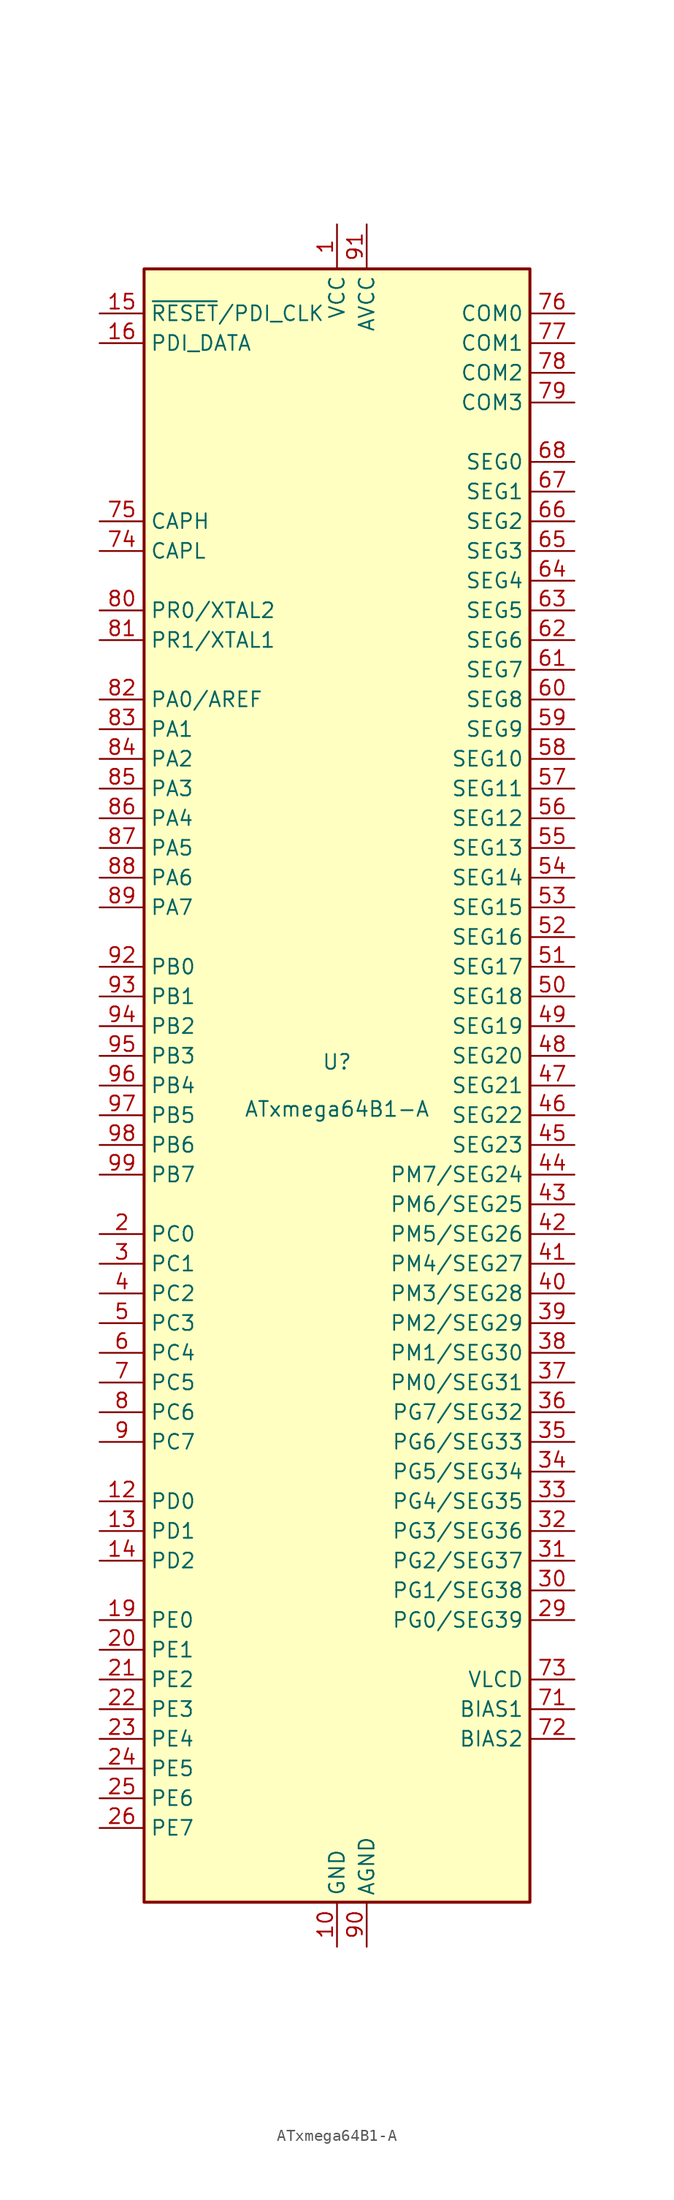
<source format=kicad_sym>
(kicad_symbol_lib
  (version 20201005)
  (generator kicad_symbol_editor)
  (symbol "MCU_Microchip_ATmega:ATxmega64B1-A"
    (property "Reference" "U"
      (at 0 1.27 0)
      (effects (font (size 1.27 1.27)) (justify bottom)))
    (property "Value" "ATxmega64B1-A"
      (at 0 -1.27 0)
      (effects (font (size 1.27 1.27)) (justify top)))
    (symbol "ATxmega64B1-A_0_1"
      (rectangle (start -16.51 -69.85) (end 16.51 69.85) (stroke (width 0.254)) (fill (type background))))
    (symbol "ATxmega64B1-A_1_1"
      (pin power_in line (at 0 73.66 270) (length 3.81) (name "VCC" (effects (font (size 1.27 1.27)))) (number "1" (effects (font (size 1.27 1.27)))))
      (pin power_in line (at 0 -73.66 90) (length 3.81) (name "GND" (effects (font (size 1.27 1.27)))) (number "10" (effects (font (size 1.27 1.27)))))
      (pin passive line (at 0 -73.66 90) (length 3.81) hide (name "GND" (effects (font (size 1.27 1.27)))) (number "100" (effects (font (size 1.27 1.27)))))
      (pin passive line (at 0 73.66 270) (length 3.81) hide (name "VCC" (effects (font (size 1.27 1.27)))) (number "11" (effects (font (size 1.27 1.27)))))
      (pin bidirectional line (at -20.32 -35.56 0) (length 3.81) (name "PD0" (effects (font (size 1.27 1.27)))) (number "12" (effects (font (size 1.27 1.27)))))
      (pin bidirectional line (at -20.32 -38.1 0) (length 3.81) (name "PD1" (effects (font (size 1.27 1.27)))) (number "13" (effects (font (size 1.27 1.27)))))
      (pin bidirectional line (at -20.32 -40.64 0) (length 3.81) (name "PD2" (effects (font (size 1.27 1.27)))) (number "14" (effects (font (size 1.27 1.27)))))
      (pin input line (at -20.32 66.04 0) (length 3.81) (name "~RESET~/PDI_CLK" (effects (font (size 1.27 1.27)))) (number "15" (effects (font (size 1.27 1.27)))))
      (pin bidirectional line (at -20.32 63.5 0) (length 3.81) (name "PDI_DATA" (effects (font (size 1.27 1.27)))) (number "16" (effects (font (size 1.27 1.27)))))
      (pin passive line (at 0 -73.66 90) (length 3.81) hide (name "GND" (effects (font (size 1.27 1.27)))) (number "17" (effects (font (size 1.27 1.27)))))
      (pin passive line (at 0 73.66 270) (length 3.81) hide (name "VCC" (effects (font (size 1.27 1.27)))) (number "18" (effects (font (size 1.27 1.27)))))
      (pin bidirectional line (at -20.32 -45.72 0) (length 3.81) (name "PE0" (effects (font (size 1.27 1.27)))) (number "19" (effects (font (size 1.27 1.27)))))
      (pin bidirectional line (at -20.32 -12.7 0) (length 3.81) (name "PC0" (effects (font (size 1.27 1.27)))) (number "2" (effects (font (size 1.27 1.27)))))
      (pin bidirectional line (at -20.32 -48.26 0) (length 3.81) (name "PE1" (effects (font (size 1.27 1.27)))) (number "20" (effects (font (size 1.27 1.27)))))
      (pin bidirectional line (at -20.32 -50.8 0) (length 3.81) (name "PE2" (effects (font (size 1.27 1.27)))) (number "21" (effects (font (size 1.27 1.27)))))
      (pin bidirectional line (at -20.32 -53.34 0) (length 3.81) (name "PE3" (effects (font (size 1.27 1.27)))) (number "22" (effects (font (size 1.27 1.27)))))
      (pin bidirectional line (at -20.32 -55.88 0) (length 3.81) (name "PE4" (effects (font (size 1.27 1.27)))) (number "23" (effects (font (size 1.27 1.27)))))
      (pin bidirectional line (at -20.32 -58.42 0) (length 3.81) (name "PE5" (effects (font (size 1.27 1.27)))) (number "24" (effects (font (size 1.27 1.27)))))
      (pin bidirectional line (at -20.32 -60.96 0) (length 3.81) (name "PE6" (effects (font (size 1.27 1.27)))) (number "25" (effects (font (size 1.27 1.27)))))
      (pin bidirectional line (at -20.32 -63.5 0) (length 3.81) (name "PE7" (effects (font (size 1.27 1.27)))) (number "26" (effects (font (size 1.27 1.27)))))
      (pin passive line (at 0 -73.66 90) (length 3.81) hide (name "GND" (effects (font (size 1.27 1.27)))) (number "27" (effects (font (size 1.27 1.27)))))
      (pin passive line (at 0 73.66 270) (length 3.81) hide (name "VCC" (effects (font (size 1.27 1.27)))) (number "28" (effects (font (size 1.27 1.27)))))
      (pin bidirectional line (at 20.32 -45.72 180) (length 3.81) (name "PG0/SEG39" (effects (font (size 1.27 1.27)))) (number "29" (effects (font (size 1.27 1.27)))))
      (pin bidirectional line (at -20.32 -15.24 0) (length 3.81) (name "PC1" (effects (font (size 1.27 1.27)))) (number "3" (effects (font (size 1.27 1.27)))))
      (pin bidirectional line (at 20.32 -43.18 180) (length 3.81) (name "PG1/SEG38" (effects (font (size 1.27 1.27)))) (number "30" (effects (font (size 1.27 1.27)))))
      (pin bidirectional line (at 20.32 -40.64 180) (length 3.81) (name "PG2/SEG37" (effects (font (size 1.27 1.27)))) (number "31" (effects (font (size 1.27 1.27)))))
      (pin bidirectional line (at 20.32 -38.1 180) (length 3.81) (name "PG3/SEG36" (effects (font (size 1.27 1.27)))) (number "32" (effects (font (size 1.27 1.27)))))
      (pin bidirectional line (at 20.32 -35.56 180) (length 3.81) (name "PG4/SEG35" (effects (font (size 1.27 1.27)))) (number "33" (effects (font (size 1.27 1.27)))))
      (pin bidirectional line (at 20.32 -33.02 180) (length 3.81) (name "PG5/SEG34" (effects (font (size 1.27 1.27)))) (number "34" (effects (font (size 1.27 1.27)))))
      (pin bidirectional line (at 20.32 -30.48 180) (length 3.81) (name "PG6/SEG33" (effects (font (size 1.27 1.27)))) (number "35" (effects (font (size 1.27 1.27)))))
      (pin bidirectional line (at 20.32 -27.94 180) (length 3.81) (name "PG7/SEG32" (effects (font (size 1.27 1.27)))) (number "36" (effects (font (size 1.27 1.27)))))
      (pin bidirectional line (at 20.32 -25.4 180) (length 3.81) (name "PM0/SEG31" (effects (font (size 1.27 1.27)))) (number "37" (effects (font (size 1.27 1.27)))))
      (pin bidirectional line (at 20.32 -22.86 180) (length 3.81) (name "PM1/SEG30" (effects (font (size 1.27 1.27)))) (number "38" (effects (font (size 1.27 1.27)))))
      (pin bidirectional line (at 20.32 -20.32 180) (length 3.81) (name "PM2/SEG29" (effects (font (size 1.27 1.27)))) (number "39" (effects (font (size 1.27 1.27)))))
      (pin bidirectional line (at -20.32 -17.78 0) (length 3.81) (name "PC2" (effects (font (size 1.27 1.27)))) (number "4" (effects (font (size 1.27 1.27)))))
      (pin bidirectional line (at 20.32 -17.78 180) (length 3.81) (name "PM3/SEG28" (effects (font (size 1.27 1.27)))) (number "40" (effects (font (size 1.27 1.27)))))
      (pin bidirectional line (at 20.32 -15.24 180) (length 3.81) (name "PM4/SEG27" (effects (font (size 1.27 1.27)))) (number "41" (effects (font (size 1.27 1.27)))))
      (pin bidirectional line (at 20.32 -12.7 180) (length 3.81) (name "PM5/SEG26" (effects (font (size 1.27 1.27)))) (number "42" (effects (font (size 1.27 1.27)))))
      (pin bidirectional line (at 20.32 -10.16 180) (length 3.81) (name "PM6/SEG25" (effects (font (size 1.27 1.27)))) (number "43" (effects (font (size 1.27 1.27)))))
      (pin bidirectional line (at 20.32 -7.62 180) (length 3.81) (name "PM7/SEG24" (effects (font (size 1.27 1.27)))) (number "44" (effects (font (size 1.27 1.27)))))
      (pin output line (at 20.32 -5.08 180) (length 3.81) (name "SEG23" (effects (font (size 1.27 1.27)))) (number "45" (effects (font (size 1.27 1.27)))))
      (pin output line (at 20.32 -2.54 180) (length 3.81) (name "SEG22" (effects (font (size 1.27 1.27)))) (number "46" (effects (font (size 1.27 1.27)))))
      (pin output line (at 20.32 0 180) (length 3.81) (name "SEG21" (effects (font (size 1.27 1.27)))) (number "47" (effects (font (size 1.27 1.27)))))
      (pin output line (at 20.32 2.54 180) (length 3.81) (name "SEG20" (effects (font (size 1.27 1.27)))) (number "48" (effects (font (size 1.27 1.27)))))
      (pin output line (at 20.32 5.08 180) (length 3.81) (name "SEG19" (effects (font (size 1.27 1.27)))) (number "49" (effects (font (size 1.27 1.27)))))
      (pin bidirectional line (at -20.32 -20.32 0) (length 3.81) (name "PC3" (effects (font (size 1.27 1.27)))) (number "5" (effects (font (size 1.27 1.27)))))
      (pin output line (at 20.32 7.62 180) (length 3.81) (name "SEG18" (effects (font (size 1.27 1.27)))) (number "50" (effects (font (size 1.27 1.27)))))
      (pin output line (at 20.32 10.16 180) (length 3.81) (name "SEG17" (effects (font (size 1.27 1.27)))) (number "51" (effects (font (size 1.27 1.27)))))
      (pin output line (at 20.32 12.7 180) (length 3.81) (name "SEG16" (effects (font (size 1.27 1.27)))) (number "52" (effects (font (size 1.27 1.27)))))
      (pin output line (at 20.32 15.24 180) (length 3.81) (name "SEG15" (effects (font (size 1.27 1.27)))) (number "53" (effects (font (size 1.27 1.27)))))
      (pin output line (at 20.32 17.78 180) (length 3.81) (name "SEG14" (effects (font (size 1.27 1.27)))) (number "54" (effects (font (size 1.27 1.27)))))
      (pin output line (at 20.32 20.32 180) (length 3.81) (name "SEG13" (effects (font (size 1.27 1.27)))) (number "55" (effects (font (size 1.27 1.27)))))
      (pin output line (at 20.32 22.86 180) (length 3.81) (name "SEG12" (effects (font (size 1.27 1.27)))) (number "56" (effects (font (size 1.27 1.27)))))
      (pin output line (at 20.32 25.4 180) (length 3.81) (name "SEG11" (effects (font (size 1.27 1.27)))) (number "57" (effects (font (size 1.27 1.27)))))
      (pin output line (at 20.32 27.94 180) (length 3.81) (name "SEG10" (effects (font (size 1.27 1.27)))) (number "58" (effects (font (size 1.27 1.27)))))
      (pin output line (at 20.32 30.48 180) (length 3.81) (name "SEG9" (effects (font (size 1.27 1.27)))) (number "59" (effects (font (size 1.27 1.27)))))
      (pin bidirectional line (at -20.32 -22.86 0) (length 3.81) (name "PC4" (effects (font (size 1.27 1.27)))) (number "6" (effects (font (size 1.27 1.27)))))
      (pin output line (at 20.32 33.02 180) (length 3.81) (name "SEG8" (effects (font (size 1.27 1.27)))) (number "60" (effects (font (size 1.27 1.27)))))
      (pin output line (at 20.32 35.56 180) (length 3.81) (name "SEG7" (effects (font (size 1.27 1.27)))) (number "61" (effects (font (size 1.27 1.27)))))
      (pin output line (at 20.32 38.1 180) (length 3.81) (name "SEG6" (effects (font (size 1.27 1.27)))) (number "62" (effects (font (size 1.27 1.27)))))
      (pin output line (at 20.32 40.64 180) (length 3.81) (name "SEG5" (effects (font (size 1.27 1.27)))) (number "63" (effects (font (size 1.27 1.27)))))
      (pin output line (at 20.32 43.18 180) (length 3.81) (name "SEG4" (effects (font (size 1.27 1.27)))) (number "64" (effects (font (size 1.27 1.27)))))
      (pin output line (at 20.32 45.72 180) (length 3.81) (name "SEG3" (effects (font (size 1.27 1.27)))) (number "65" (effects (font (size 1.27 1.27)))))
      (pin output line (at 20.32 48.26 180) (length 3.81) (name "SEG2" (effects (font (size 1.27 1.27)))) (number "66" (effects (font (size 1.27 1.27)))))
      (pin output line (at 20.32 50.8 180) (length 3.81) (name "SEG1" (effects (font (size 1.27 1.27)))) (number "67" (effects (font (size 1.27 1.27)))))
      (pin output line (at 20.32 53.34 180) (length 3.81) (name "SEG0" (effects (font (size 1.27 1.27)))) (number "68" (effects (font (size 1.27 1.27)))))
      (pin passive line (at 0 -73.66 90) (length 3.81) hide (name "GND" (effects (font (size 1.27 1.27)))) (number "69" (effects (font (size 1.27 1.27)))))
      (pin bidirectional line (at -20.32 -25.4 0) (length 3.81) (name "PC5" (effects (font (size 1.27 1.27)))) (number "7" (effects (font (size 1.27 1.27)))))
      (pin passive line (at 0 73.66 270) (length 3.81) hide (name "VCC" (effects (font (size 1.27 1.27)))) (number "70" (effects (font (size 1.27 1.27)))))
      (pin power_out line (at 20.32 -53.34 180) (length 3.81) (name "BIAS1" (effects (font (size 1.27 1.27)))) (number "71" (effects (font (size 1.27 1.27)))))
      (pin power_out line (at 20.32 -55.88 180) (length 3.81) (name "BIAS2" (effects (font (size 1.27 1.27)))) (number "72" (effects (font (size 1.27 1.27)))))
      (pin power_out line (at 20.32 -50.8 180) (length 3.81) (name "VLCD" (effects (font (size 1.27 1.27)))) (number "73" (effects (font (size 1.27 1.27)))))
      (pin passive line (at -20.32 45.72 0) (length 3.81) (name "CAPL" (effects (font (size 1.27 1.27)))) (number "74" (effects (font (size 1.27 1.27)))))
      (pin passive line (at -20.32 48.26 0) (length 3.81) (name "CAPH" (effects (font (size 1.27 1.27)))) (number "75" (effects (font (size 1.27 1.27)))))
      (pin output line (at 20.32 66.04 180) (length 3.81) (name "COM0" (effects (font (size 1.27 1.27)))) (number "76" (effects (font (size 1.27 1.27)))))
      (pin output line (at 20.32 63.5 180) (length 3.81) (name "COM1" (effects (font (size 1.27 1.27)))) (number "77" (effects (font (size 1.27 1.27)))))
      (pin output line (at 20.32 60.96 180) (length 3.81) (name "COM2" (effects (font (size 1.27 1.27)))) (number "78" (effects (font (size 1.27 1.27)))))
      (pin output line (at 20.32 58.42 180) (length 3.81) (name "COM3" (effects (font (size 1.27 1.27)))) (number "79" (effects (font (size 1.27 1.27)))))
      (pin bidirectional line (at -20.32 -27.94 0) (length 3.81) (name "PC6" (effects (font (size 1.27 1.27)))) (number "8" (effects (font (size 1.27 1.27)))))
      (pin bidirectional line (at -20.32 40.64 0) (length 3.81) (name "PR0/XTAL2" (effects (font (size 1.27 1.27)))) (number "80" (effects (font (size 1.27 1.27)))))
      (pin bidirectional line (at -20.32 38.1 0) (length 3.81) (name "PR1/XTAL1" (effects (font (size 1.27 1.27)))) (number "81" (effects (font (size 1.27 1.27)))))
      (pin bidirectional line (at -20.32 33.02 0) (length 3.81) (name "PA0/AREF" (effects (font (size 1.27 1.27)))) (number "82" (effects (font (size 1.27 1.27)))))
      (pin bidirectional line (at -20.32 30.48 0) (length 3.81) (name "PA1" (effects (font (size 1.27 1.27)))) (number "83" (effects (font (size 1.27 1.27)))))
      (pin bidirectional line (at -20.32 27.94 0) (length 3.81) (name "PA2" (effects (font (size 1.27 1.27)))) (number "84" (effects (font (size 1.27 1.27)))))
      (pin bidirectional line (at -20.32 25.4 0) (length 3.81) (name "PA3" (effects (font (size 1.27 1.27)))) (number "85" (effects (font (size 1.27 1.27)))))
      (pin bidirectional line (at -20.32 22.86 0) (length 3.81) (name "PA4" (effects (font (size 1.27 1.27)))) (number "86" (effects (font (size 1.27 1.27)))))
      (pin bidirectional line (at -20.32 20.32 0) (length 3.81) (name "PA5" (effects (font (size 1.27 1.27)))) (number "87" (effects (font (size 1.27 1.27)))))
      (pin bidirectional line (at -20.32 17.78 0) (length 3.81) (name "PA6" (effects (font (size 1.27 1.27)))) (number "88" (effects (font (size 1.27 1.27)))))
      (pin bidirectional line (at -20.32 15.24 0) (length 3.81) (name "PA7" (effects (font (size 1.27 1.27)))) (number "89" (effects (font (size 1.27 1.27)))))
      (pin bidirectional line (at -20.32 -30.48 0) (length 3.81) (name "PC7" (effects (font (size 1.27 1.27)))) (number "9" (effects (font (size 1.27 1.27)))))
      (pin power_in line (at 2.54 -73.66 90) (length 3.81) (name "AGND" (effects (font (size 1.27 1.27)))) (number "90" (effects (font (size 1.27 1.27)))))
      (pin power_in line (at 2.54 73.66 270) (length 3.81) (name "AVCC" (effects (font (size 1.27 1.27)))) (number "91" (effects (font (size 1.27 1.27)))))
      (pin bidirectional line (at -20.32 10.16 0) (length 3.81) (name "PB0" (effects (font (size 1.27 1.27)))) (number "92" (effects (font (size 1.27 1.27)))))
      (pin bidirectional line (at -20.32 7.62 0) (length 3.81) (name "PB1" (effects (font (size 1.27 1.27)))) (number "93" (effects (font (size 1.27 1.27)))))
      (pin bidirectional line (at -20.32 5.08 0) (length 3.81) (name "PB2" (effects (font (size 1.27 1.27)))) (number "94" (effects (font (size 1.27 1.27)))))
      (pin bidirectional line (at -20.32 2.54 0) (length 3.81) (name "PB3" (effects (font (size 1.27 1.27)))) (number "95" (effects (font (size 1.27 1.27)))))
      (pin bidirectional line (at -20.32 0 0) (length 3.81) (name "PB4" (effects (font (size 1.27 1.27)))) (number "96" (effects (font (size 1.27 1.27)))))
      (pin bidirectional line (at -20.32 -2.54 0) (length 3.81) (name "PB5" (effects (font (size 1.27 1.27)))) (number "97" (effects (font (size 1.27 1.27)))))
      (pin bidirectional line (at -20.32 -5.08 0) (length 3.81) (name "PB6" (effects (font (size 1.27 1.27)))) (number "98" (effects (font (size 1.27 1.27)))))
      (pin bidirectional line (at -20.32 -7.62 0) (length 3.81) (name "PB7" (effects (font (size 1.27 1.27)))) (number "99" (effects (font (size 1.27 1.27))))))))
</source>
